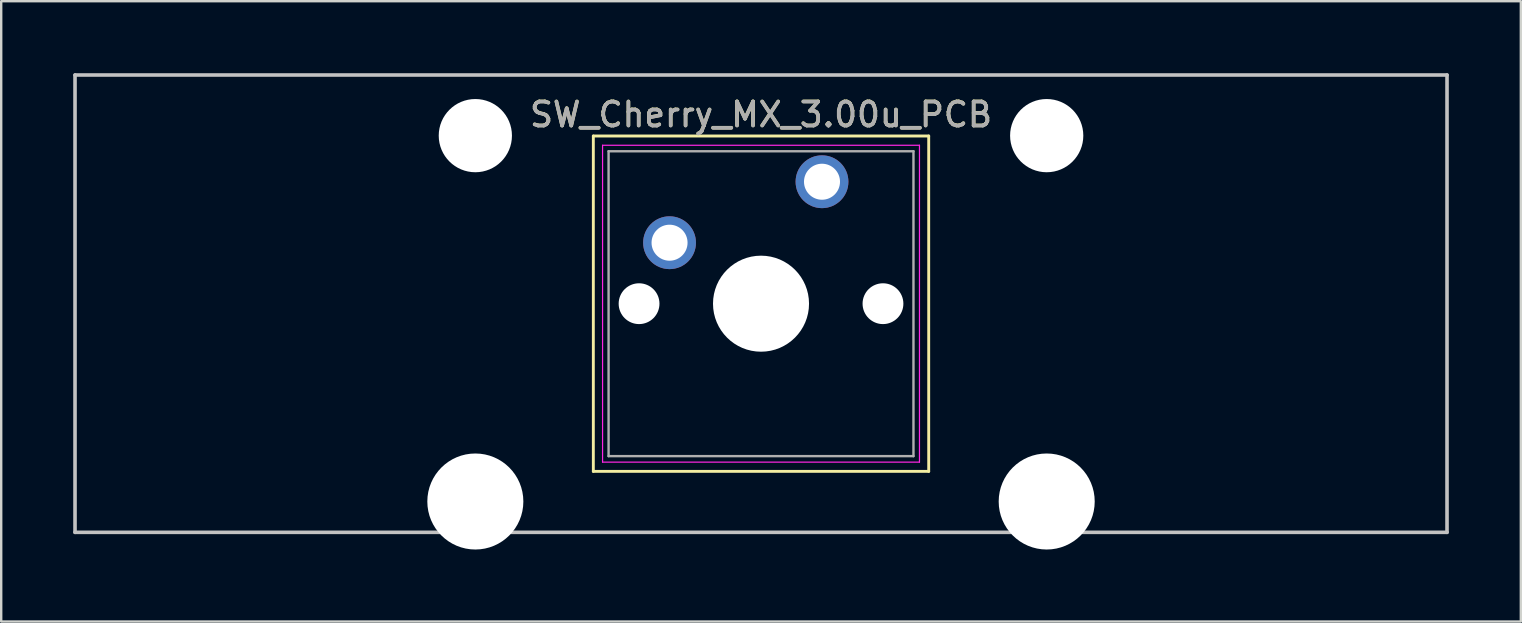
<source format=kicad_pcb>
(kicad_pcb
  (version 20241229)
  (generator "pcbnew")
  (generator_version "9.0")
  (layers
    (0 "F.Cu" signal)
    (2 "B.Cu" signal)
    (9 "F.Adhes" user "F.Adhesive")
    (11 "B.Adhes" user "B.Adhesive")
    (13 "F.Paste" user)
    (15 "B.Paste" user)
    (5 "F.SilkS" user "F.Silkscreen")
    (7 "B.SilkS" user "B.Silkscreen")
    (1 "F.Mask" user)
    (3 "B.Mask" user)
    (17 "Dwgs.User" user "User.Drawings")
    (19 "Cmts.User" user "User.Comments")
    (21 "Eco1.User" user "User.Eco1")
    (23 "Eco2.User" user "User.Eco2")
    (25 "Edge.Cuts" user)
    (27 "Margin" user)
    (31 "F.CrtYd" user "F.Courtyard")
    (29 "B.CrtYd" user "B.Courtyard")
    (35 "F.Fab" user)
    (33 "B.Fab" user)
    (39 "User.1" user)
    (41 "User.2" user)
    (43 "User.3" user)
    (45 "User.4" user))
  (footprint "SW_Cherry_MX_3.00u_PCB"
    (layer "F.Cu")
    (at 31.19 4.49)
    (property "Reference" "SW_Cherry_MX_3.00u_PCB" (at -2.54 -2.77 0) (layer "F.SilkS") (effects (font (size 1 1) (thickness 0.15))))
    (attr through_hole)
    (fp_line (start -9.525 -1.875) (end 4.445 -1.875) (stroke (width 0.12) (type solid)) (layer "F.SilkS"))
    (fp_line (start -9.525 12.095) (end -9.525 -1.875) (stroke (width 0.12) (type solid)) (layer "F.SilkS"))
    (fp_line (start 4.445 -1.875) (end 4.445 12.095) (stroke (width 0.12) (type solid)) (layer "F.SilkS"))
    (fp_line (start 4.445 12.095) (end -9.525 12.095) (stroke (width 0.12) (type solid)) (layer "F.SilkS"))
    (fp_line (start -31.115 -4.415) (end 26.035 -4.415) (stroke (width 0.15) (type solid)) (layer "Dwgs.User"))
    (fp_line (start -31.115 14.635) (end -31.115 -4.415) (stroke (width 0.15) (type solid)) (layer "Dwgs.User"))
    (fp_line (start 26.035 -4.415) (end 26.035 14.635) (stroke (width 0.15) (type solid)) (layer "Dwgs.User"))
    (fp_line (start 26.035 14.635) (end -31.115 14.635) (stroke (width 0.15) (type solid)) (layer "Dwgs.User"))
    (fp_line (start -9.14 -1.49) (end 4.06 -1.49) (stroke (width 0.05) (type solid)) (layer "F.CrtYd"))
    (fp_line (start -9.14 11.71) (end -9.14 -1.49) (stroke (width 0.05) (type solid)) (layer "F.CrtYd"))
    (fp_line (start 4.06 -1.49) (end 4.06 11.71) (stroke (width 0.05) (type solid)) (layer "F.CrtYd"))
    (fp_line (start 4.06 11.71) (end -9.14 11.71) (stroke (width 0.05) (type solid)) (layer "F.CrtYd"))
    (fp_line (start -8.89 -1.24) (end 3.81 -1.24) (stroke (width 0.1) (type solid)) (layer "F.Fab"))
    (fp_line (start -8.89 11.46) (end -8.89 -1.24) (stroke (width 0.1) (type solid)) (layer "F.Fab"))
    (fp_line (start 3.81 -1.24) (end 3.81 11.46) (stroke (width 0.1) (type solid)) (layer "F.Fab"))
    (fp_line (start 3.81 11.46) (end -8.89 11.46) (stroke (width 0.1) (type solid)) (layer "F.Fab"))
    (fp_text user "${REFERENCE}" (at -2.54 -2.764 0) (layer "F.Fab") (effects (font (size 1 1) (thickness 0.15))))
    (pad "" np_thru_hole circle (at -14.44 -1.89) (size 3.05 3.05) (drill 3.05) (layers "*.Cu" "*.Mask"))
    (pad "" np_thru_hole circle (at -14.44 13.35) (size 4 4) (drill 4) (layers "*.Cu" "*.Mask"))
    (pad "" np_thru_hole circle (at -7.62 5.11) (size 1.7 1.7) (drill 1.7) (layers "*.Cu" "*.Mask"))
    (pad "" np_thru_hole circle (at -2.54 5.11) (size 4 4) (drill 4) (layers "*.Cu" "*.Mask"))
    (pad "" np_thru_hole circle (at 2.54 5.11) (size 1.7 1.7) (drill 1.7) (layers "*.Cu" "*.Mask"))
    (pad "" np_thru_hole circle (at 9.36 -1.89) (size 3.05 3.05) (drill 3.05) (layers "*.Cu" "*.Mask"))
    (pad "" np_thru_hole circle (at 9.36 13.35) (size 4 4) (drill 4) (layers "*.Cu" "*.Mask"))
    (pad "1" thru_hole circle (at 0 0.03) (size 2.2 2.2) (drill 1.5) (layers "*.Cu" "*.Mask"))
    (pad "2" thru_hole circle (at -6.35 2.57) (size 2.2 2.2) (drill 1.5) (layers "*.Cu" "*.Mask")))
  (gr_rect
    (start -3 -3)
    (end 60.3 22.84)
    (stroke (width 0.1) (type default))
    (fill no)
    (layer "Edge.Cuts")))
</source>
